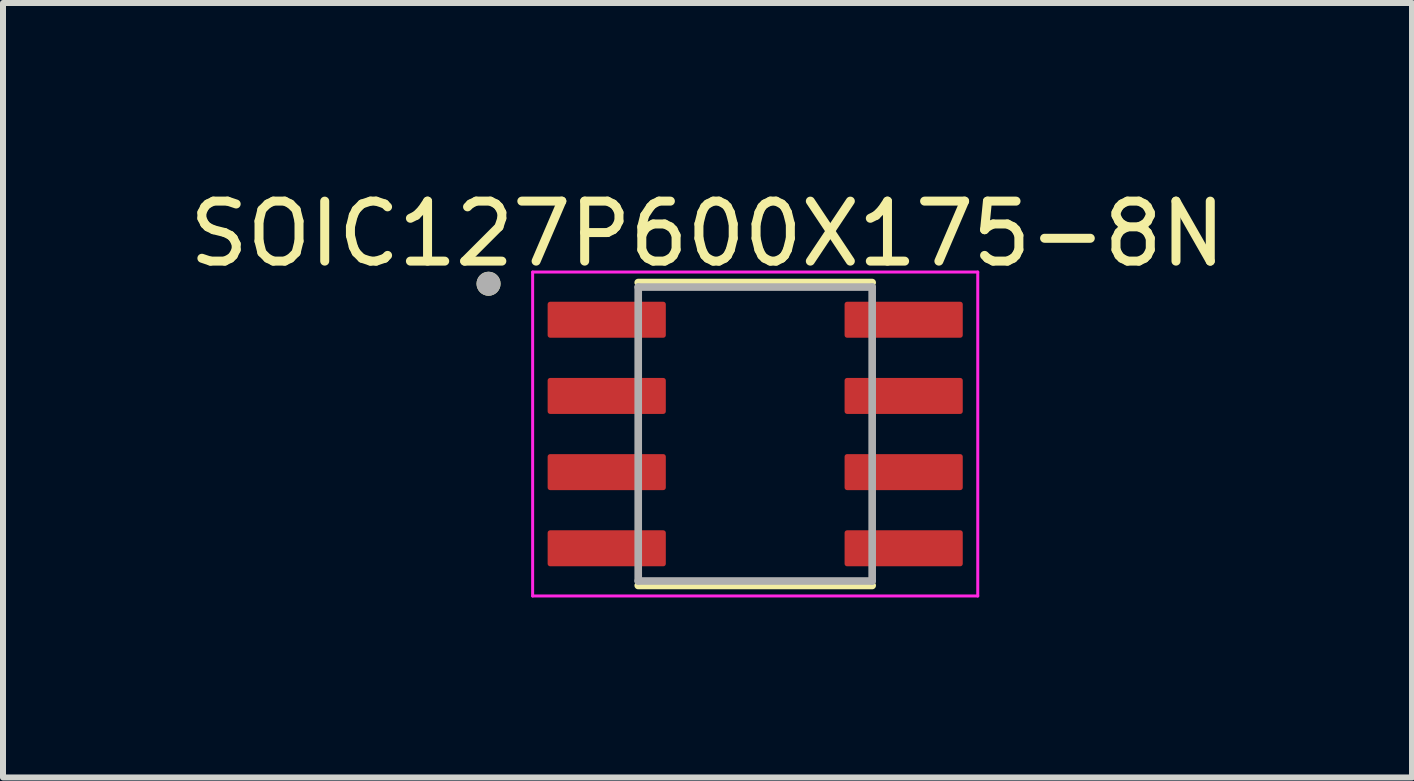
<source format=kicad_pcb>
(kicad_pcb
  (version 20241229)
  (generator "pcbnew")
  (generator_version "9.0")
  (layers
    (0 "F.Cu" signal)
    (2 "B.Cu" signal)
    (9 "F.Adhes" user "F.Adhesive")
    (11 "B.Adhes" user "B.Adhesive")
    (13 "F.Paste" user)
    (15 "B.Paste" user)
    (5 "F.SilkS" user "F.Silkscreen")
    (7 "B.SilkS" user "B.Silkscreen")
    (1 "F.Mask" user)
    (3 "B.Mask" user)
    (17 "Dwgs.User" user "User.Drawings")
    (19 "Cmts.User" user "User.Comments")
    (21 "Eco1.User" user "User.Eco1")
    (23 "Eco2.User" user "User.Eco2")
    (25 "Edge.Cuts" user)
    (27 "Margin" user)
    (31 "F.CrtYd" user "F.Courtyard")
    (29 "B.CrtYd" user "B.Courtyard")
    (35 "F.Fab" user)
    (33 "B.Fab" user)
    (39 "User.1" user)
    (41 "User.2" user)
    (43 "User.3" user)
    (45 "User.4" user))
  (footprint "SOIC127P600X175-8N"
    (layer "F.Cu")
    (at 9.539 4.185)
    (property "Reference" "SOIC127P600X175-8N" (at -0.795 -3.337 0) (layer "F.SilkS") (effects (font (size 1 1) (thickness 0.15))))
    (attr through_hole)
    (fp_line (start -1.95 -2.525) (end 1.95 -2.525) (stroke (width 0.127) (type solid)) (layer "F.SilkS"))
    (fp_line (start -1.95 2.525) (end 1.95 2.525) (stroke (width 0.127) (type solid)) (layer "F.SilkS"))
    (fp_circle (center -4.445 -2.505) (end -4.345 -2.505) (stroke (width 0.2) (type solid)) (fill no) (layer "F.SilkS"))
    (fp_line (start -3.71 -2.7) (end -3.71 2.7) (stroke (width 0.05) (type solid)) (layer "F.CrtYd"))
    (fp_line (start -3.71 -2.7) (end 3.71 -2.7) (stroke (width 0.05) (type solid)) (layer "F.CrtYd"))
    (fp_line (start -3.71 2.7) (end 3.71 2.7) (stroke (width 0.05) (type solid)) (layer "F.CrtYd"))
    (fp_line (start 3.71 -2.7) (end 3.71 2.7) (stroke (width 0.05) (type solid)) (layer "F.CrtYd"))
    (fp_line (start -1.95 -2.45) (end -1.95 2.45) (stroke (width 0.127) (type solid)) (layer "F.Fab"))
    (fp_line (start -1.95 -2.45) (end 1.95 -2.45) (stroke (width 0.127) (type solid)) (layer "F.Fab"))
    (fp_line (start -1.95 2.45) (end 1.95 2.45) (stroke (width 0.127) (type solid)) (layer "F.Fab"))
    (fp_line (start 1.95 -2.45) (end 1.95 2.45) (stroke (width 0.127) (type solid)) (layer "F.Fab"))
    (fp_circle (center -4.445 -2.505) (end -4.345 -2.505) (stroke (width 0.2) (type solid)) (fill no) (layer "F.Fab"))
    (pad "1" smd roundrect (at -2.475 -1.905) (size 1.97 0.6) (layers "F.Cu" "F.Mask" "F.Paste") (roundrect_rratio 0.07))
    (pad "2" smd roundrect (at -2.475 -0.635) (size 1.97 0.6) (layers "F.Cu" "F.Mask" "F.Paste") (roundrect_rratio 0.07))
    (pad "3" smd roundrect (at -2.475 0.635) (size 1.97 0.6) (layers "F.Cu" "F.Mask" "F.Paste") (roundrect_rratio 0.07))
    (pad "4" smd roundrect (at -2.475 1.905) (size 1.97 0.6) (layers "F.Cu" "F.Mask" "F.Paste") (roundrect_rratio 0.07))
    (pad "5" smd roundrect (at 2.475 1.905) (size 1.97 0.6) (layers "F.Cu" "F.Mask" "F.Paste") (roundrect_rratio 0.07))
    (pad "6" smd roundrect (at 2.475 0.635) (size 1.97 0.6) (layers "F.Cu" "F.Mask" "F.Paste") (roundrect_rratio 0.07))
    (pad "7" smd roundrect (at 2.475 -0.635) (size 1.97 0.6) (layers "F.Cu" "F.Mask" "F.Paste") (roundrect_rratio 0.07))
    (pad "8" smd roundrect (at 2.475 -1.905) (size 1.97 0.6) (layers "F.Cu" "F.Mask" "F.Paste") (roundrect_rratio 0.07)))
  (gr_rect
    (start -3 -3)
    (end 20.488 9.91)
    (stroke (width 0.1) (type default))
    (fill no)
    (layer "Edge.Cuts")))
</source>
